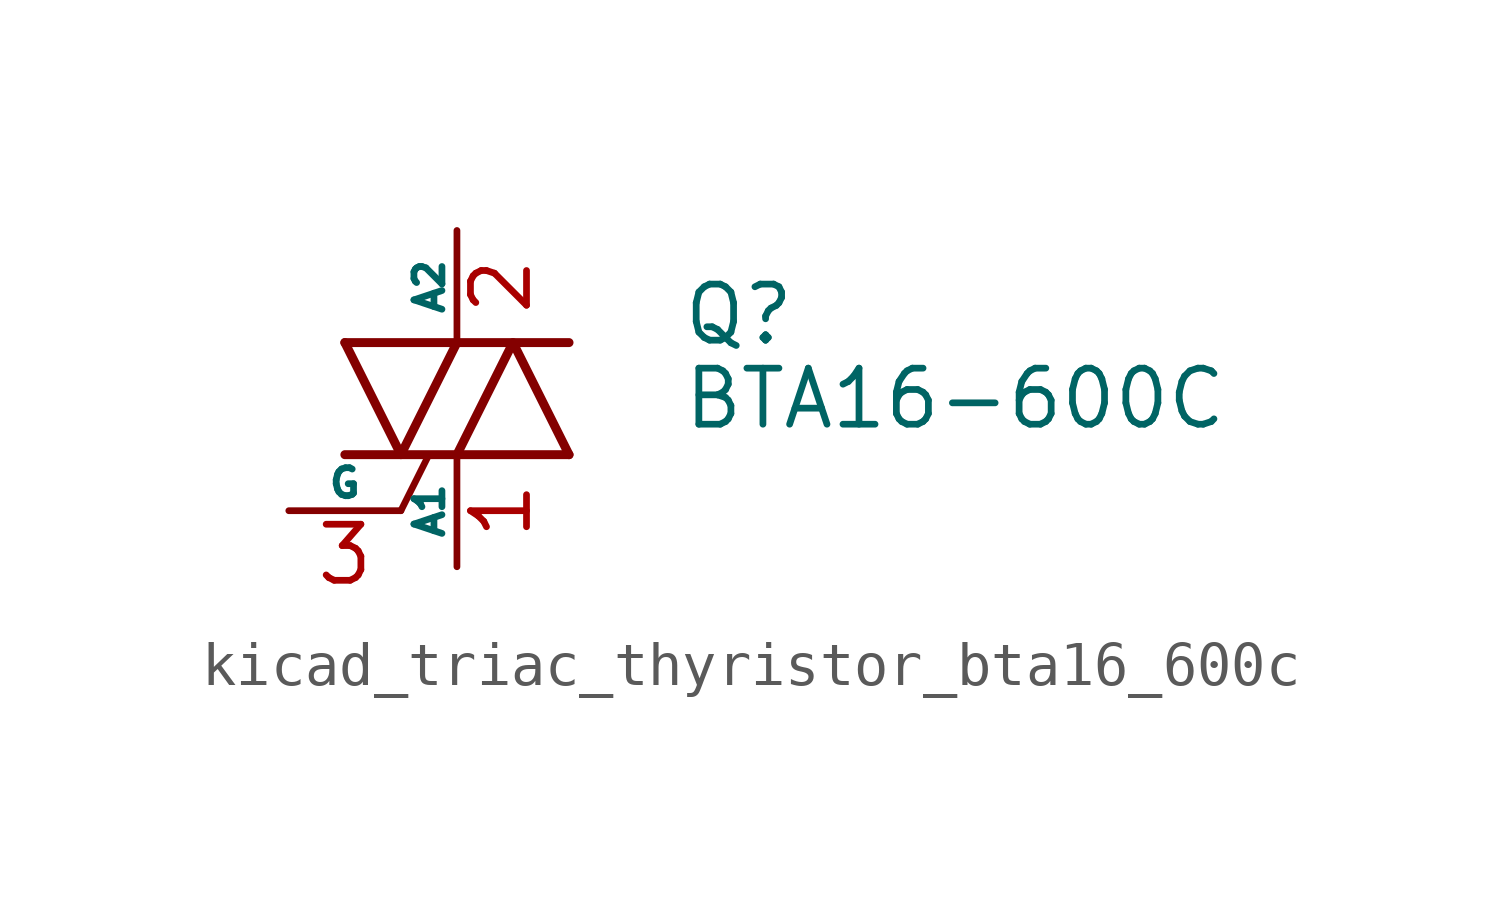
<source format=kicad_sym>
(kicad_symbol_lib
  (version 20220914)
  (generator kicad_symbol_editor)
  (symbol "kicad_triac_thyristor_bta16_600c"
    (pin_names
      (offset 0))
    (property "Reference" "Q"
      (at 5.08 1.905 0)
      (effects (font (size 1.27 1.27)) (justify left)))
    (property "Value" "BTA16-600C"
      (at 5.08 0 0)
      (effects (font (size 1.27 1.27)) (justify left)))
    (symbol "kicad_triac_thyristor_bta16_600c_0_1"
      (polyline (pts (xy -2.54 -1.27) (xy 2.54 -1.27)) (stroke (width 0.203) (type default)) (fill (type none)))
      (polyline (pts (xy -2.54 1.27) (xy 2.54 1.27)) (stroke (width 0.203) (type default)) (fill (type none)))
      (polyline (pts (xy -1.27 -2.54) (xy -0.635 -1.27)) (stroke (width 0) (type default)) (fill (type none)))
      (polyline (pts (xy -2.54 1.27) (xy -1.27 -1.27) (xy 0 1.27)) (stroke (width 0.203) (type default)) (fill (type none)))
      (polyline (pts (xy 0 -1.27) (xy 1.27 1.27) (xy 2.54 -1.27)) (stroke (width 0.203) (type default)) (fill (type none))))
    (symbol "kicad_triac_thyristor_bta16_600c_1_1"
      (pin passive line (at 0 -3.81 90) (length 2.54) (name "A1" (effects (font (size 0.635 0.635)))) (number "1" (effects (font (size 1.27 1.27)))))
      (pin passive line (at 0 3.81 270) (length 2.54) (name "A2" (effects (font (size 0.635 0.635)))) (number "2" (effects (font (size 1.27 1.27)))))
      (pin input line (at -3.81 -2.54 0) (length 2.54) (name "G" (effects (font (size 0.635 0.635)))) (number "3" (effects (font (size 1.27 1.27))))))))
</source>
